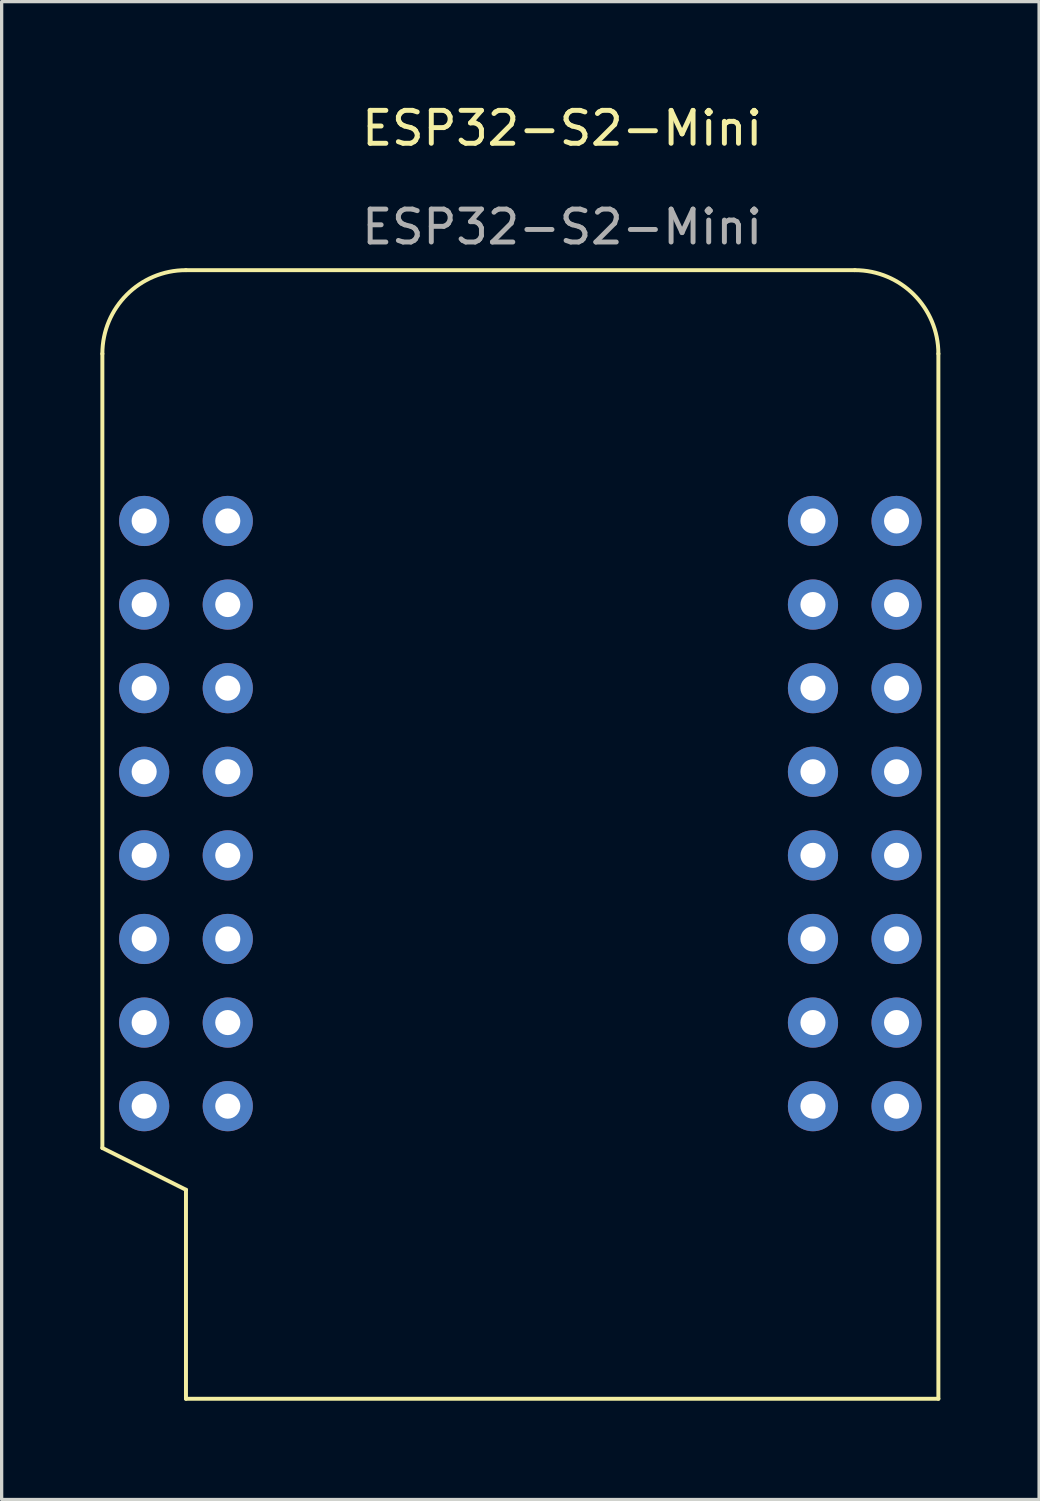
<source format=kicad_pcb>
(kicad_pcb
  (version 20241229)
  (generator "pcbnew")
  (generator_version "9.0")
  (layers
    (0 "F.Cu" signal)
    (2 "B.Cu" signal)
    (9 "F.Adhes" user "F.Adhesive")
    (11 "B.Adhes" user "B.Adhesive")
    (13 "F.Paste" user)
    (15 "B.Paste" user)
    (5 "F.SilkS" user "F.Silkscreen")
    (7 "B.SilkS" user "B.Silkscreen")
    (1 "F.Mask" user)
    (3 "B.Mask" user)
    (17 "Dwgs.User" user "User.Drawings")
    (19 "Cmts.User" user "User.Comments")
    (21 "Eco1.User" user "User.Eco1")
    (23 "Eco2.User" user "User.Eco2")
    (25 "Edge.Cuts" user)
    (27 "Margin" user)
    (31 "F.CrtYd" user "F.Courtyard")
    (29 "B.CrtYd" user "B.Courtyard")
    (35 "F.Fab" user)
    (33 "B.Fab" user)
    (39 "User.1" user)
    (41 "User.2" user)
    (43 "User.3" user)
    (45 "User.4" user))
  (footprint "ESP32-S2-Mini"
    (layer "F.Cu")
    (at 14.03 1.348)
    (property "Reference" "ESP32-S2-Mini" (at 0 -0.5 0) (unlocked yes) (layer "F.SilkS") (effects (font (size 1 1) (thickness 0.15))))
    (attr through_hole)
    (fp_line (start -13.97 30.48) (end -13.97 6.35) (stroke (width 0.12) (type solid)) (layer "F.SilkS"))
    (fp_line (start -11.43 3.81) (end 8.89 3.81) (stroke (width 0.12) (type solid)) (layer "F.SilkS"))
    (fp_line (start -11.43 31.75) (end -13.97 30.48) (stroke (width 0.12) (type solid)) (layer "F.SilkS"))
    (fp_line (start -11.43 38.1) (end -11.43 31.75) (stroke (width 0.12) (type solid)) (layer "F.SilkS"))
    (fp_line (start 11.43 6.35) (end 11.43 38.1) (stroke (width 0.12) (type solid)) (layer "F.SilkS"))
    (fp_line (start 11.43 38.1) (end -11.43 38.1) (stroke (width 0.12) (type solid)) (layer "F.SilkS"))
    (fp_arc (start -13.97 6.35) (mid -13.226051 4.553949) (end -11.43 3.81) (stroke (width 0.12) (type solid)) (layer "F.SilkS"))
    (fp_arc (start 8.89 3.81) (mid 10.686051 4.553949) (end 11.43 6.35) (stroke (width 0.12) (type solid)) (layer "F.SilkS"))
    (fp_text user "${REFERENCE}" (at 0 2.5 0) (unlocked yes) (layer "F.Fab") (effects (font (size 1 1) (thickness 0.15))))
    (pad "0" thru_hole circle (at -12.7 11.43) (size 1.524 1.524) (drill 0.762) (layers "*.Cu" "*.Mask"))
    (pad "1" thru_hole circle (at -10.16 11.43) (size 1.524 1.524) (drill 0.762) (layers "*.Cu" "*.Mask"))
    (pad "2" thru_hole circle (at -10.16 13.97) (size 1.524 1.524) (drill 0.762) (layers "*.Cu" "*.Mask"))
    (pad "3" thru_hole circle (at -12.7 13.97) (size 1.524 1.524) (drill 0.762) (layers "*.Cu" "*.Mask"))
    (pad "4" thru_hole circle (at -10.16 16.51) (size 1.524 1.524) (drill 0.762) (layers "*.Cu" "*.Mask"))
    (pad "5" thru_hole circle (at -12.7 16.51) (size 1.524 1.524) (drill 0.762) (layers "*.Cu" "*.Mask"))
    (pad "6" thru_hole circle (at -10.16 19.05) (size 1.524 1.524) (drill 0.762) (layers "*.Cu" "*.Mask"))
    (pad "7" thru_hole circle (at -12.7 19.05) (size 1.524 1.524) (drill 0.762) (layers "*.Cu" "*.Mask"))
    (pad "8" thru_hole circle (at -10.16 21.59) (size 1.524 1.524) (drill 0.762) (layers "*.Cu" "*.Mask"))
    (pad "9" thru_hole circle (at -12.7 21.59) (size 1.524 1.524) (drill 0.762) (layers "*.Cu" "*.Mask"))
    (pad "10" thru_hole circle (at -10.16 24.13) (size 1.524 1.524) (drill 0.762) (layers "*.Cu" "*.Mask"))
    (pad "11" thru_hole circle (at -12.7 24.13) (size 1.524 1.524) (drill 0.762) (layers "*.Cu" "*.Mask"))
    (pad "12" thru_hole circle (at -12.7 26.67) (size 1.524 1.524) (drill 0.762) (layers "*.Cu" "*.Mask"))
    (pad "13" thru_hole circle (at -10.16 26.67) (size 1.524 1.524) (drill 0.762) (layers "*.Cu" "*.Mask"))
    (pad "14" thru_hole circle (at -10.16 29.21) (size 1.524 1.524) (drill 0.762) (layers "*.Cu" "*.Mask"))
    (pad "15" thru_hole circle (at 7.62 29.21) (size 1.524 1.524) (drill 0.762) (layers "*.Cu" "*.Mask"))
    (pad "16" thru_hole circle (at 10.16 24.13) (size 1.524 1.524) (drill 0.762) (layers "*.Cu" "*.Mask"))
    (pad "17" thru_hole circle (at 7.62 24.13) (size 1.524 1.524) (drill 0.762) (layers "*.Cu" "*.Mask"))
    (pad "18" thru_hole circle (at 10.16 21.59) (size 1.524 1.524) (drill 0.762) (layers "*.Cu" "*.Mask"))
    (pad "21" thru_hole circle (at 7.62 21.59) (size 1.524 1.524) (drill 0.762) (layers "*.Cu" "*.Mask"))
    (pad "33" thru_hole circle (at 10.16 19.05) (size 1.524 1.524) (drill 0.762) (layers "*.Cu" "*.Mask"))
    (pad "34" thru_hole circle (at 7.62 19.05) (size 1.524 1.524) (drill 0.762) (layers "*.Cu" "*.Mask"))
    (pad "35" thru_hole circle (at 10.16 16.51) (size 1.524 1.524) (drill 0.762) (layers "*.Cu" "*.Mask"))
    (pad "36" thru_hole circle (at 7.62 16.51) (size 1.524 1.524) (drill 0.762) (layers "*.Cu" "*.Mask"))
    (pad "37" thru_hole circle (at 10.16 13.97) (size 1.524 1.524) (drill 0.762) (layers "*.Cu" "*.Mask"))
    (pad "38" thru_hole circle (at 7.62 13.97) (size 1.524 1.524) (drill 0.762) (layers "*.Cu" "*.Mask"))
    (pad "39" thru_hole circle (at 10.16 11.43) (size 1.524 1.524) (drill 0.762) (layers "*.Cu" "*.Mask"))
    (pad "40" thru_hole circle (at 7.62 11.43) (size 1.524 1.524) (drill 0.762) (layers "*.Cu" "*.Mask"))
    (pad "129" thru_hole circle (at 7.62 26.67) (size 1.524 1.524) (drill 0.762) (layers "*.Cu" "*.Mask"))
    (pad "130" thru_hole circle (at 10.16 26.67) (size 1.524 1.524) (drill 0.762) (layers "*.Cu" "*.Mask"))
    (pad "133" thru_hole circle (at -12.7 29.21) (size 1.524 1.524) (drill 0.762) (layers "*.Cu" "*.Mask"))
    (pad "150" thru_hole circle (at 10.16 29.21) (size 1.524 1.524) (drill 0.762) (layers "*.Cu" "*.Mask")))
  (gr_rect
    (start -3 -3)
    (end 28.52 42.508)
    (stroke (width 0.1) (type default))
    (fill no)
    (layer "Edge.Cuts")))
</source>
